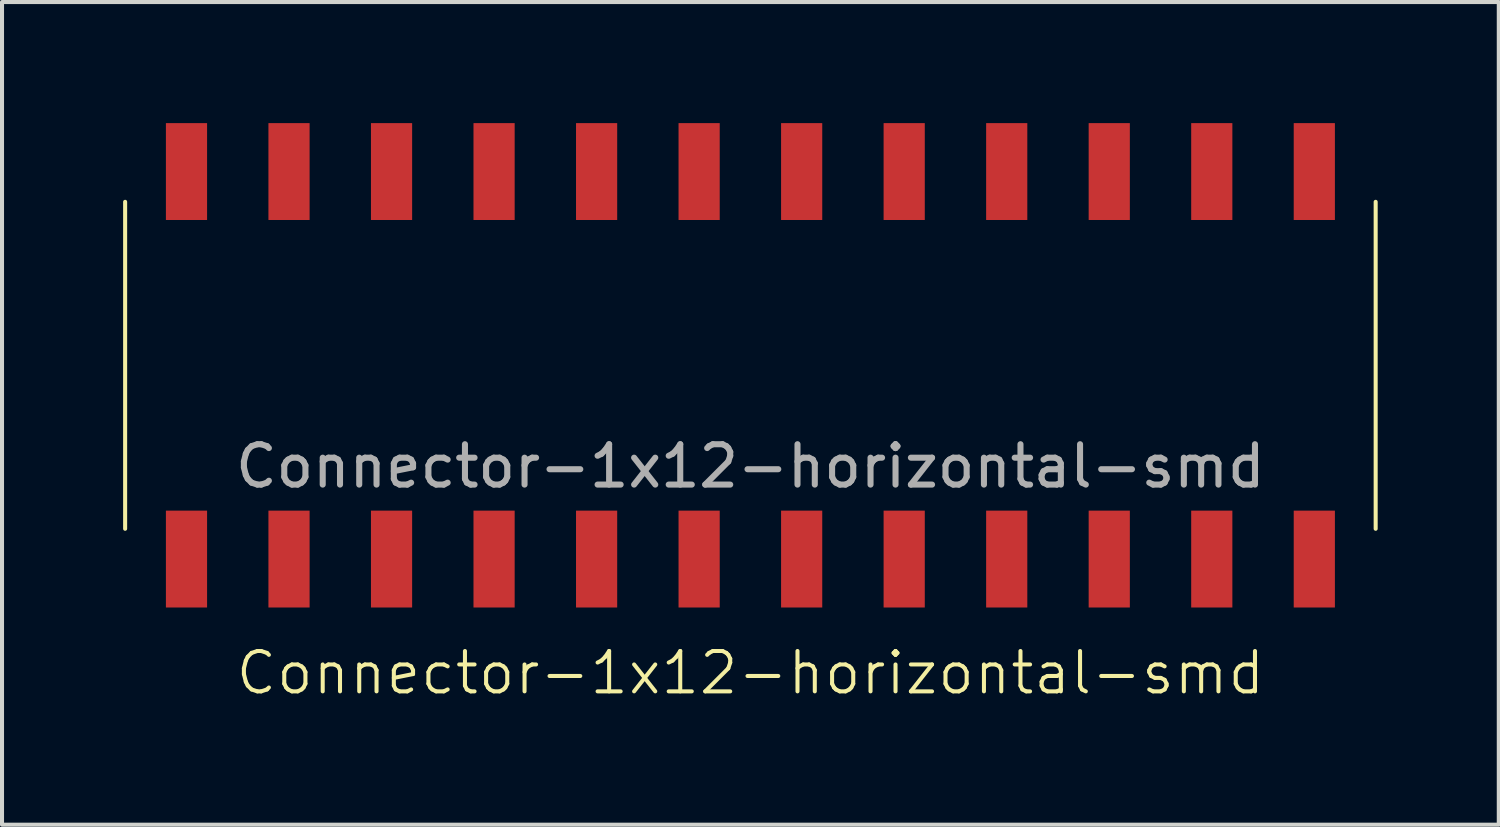
<source format=kicad_pcb>
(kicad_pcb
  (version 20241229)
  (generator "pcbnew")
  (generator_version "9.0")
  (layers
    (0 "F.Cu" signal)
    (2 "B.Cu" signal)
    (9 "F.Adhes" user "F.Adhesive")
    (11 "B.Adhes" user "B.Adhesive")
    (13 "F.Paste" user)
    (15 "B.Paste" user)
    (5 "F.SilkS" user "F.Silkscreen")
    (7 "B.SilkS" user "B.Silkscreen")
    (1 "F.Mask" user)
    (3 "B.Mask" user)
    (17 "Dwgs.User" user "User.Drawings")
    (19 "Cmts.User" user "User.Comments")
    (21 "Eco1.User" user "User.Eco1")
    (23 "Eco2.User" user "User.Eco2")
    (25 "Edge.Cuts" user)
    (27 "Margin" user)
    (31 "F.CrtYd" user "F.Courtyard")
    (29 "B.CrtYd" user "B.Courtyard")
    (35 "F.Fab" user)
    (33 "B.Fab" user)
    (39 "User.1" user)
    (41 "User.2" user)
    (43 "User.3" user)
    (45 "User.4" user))
  (footprint "Connector-1x12-horizontal-smd"
    (layer "F.Cu")
    (at 15.54 6)
    (property "Reference" "Connector-1x12-horizontal-smd" (at 0 7.62 0) (unlocked yes) (layer "F.SilkS") (effects (font (size 1 1) (thickness 0.1))))
    (attr smd)
    (fp_line (start -15.49 -4.05) (end -15.49 4.05) (stroke (width 0.1) (type default)) (layer "F.SilkS"))
    (fp_line (start 15.49 -4.05) (end 15.49 4.05) (stroke (width 0.1) (type default)) (layer "F.SilkS"))
    (fp_text user "${REFERENCE}" (at 0 2.5 0) (unlocked yes) (layer "F.Fab") (effects (font (size 1 1) (thickness 0.15))))
    (pad "1" smd rect (at -13.97 -4.8) (size 1.02 2.4) (layers "F.Cu" "F.Mask" "F.Paste"))
    (pad "1" smd rect (at -13.97 4.8) (size 1.02 2.4) (layers "F.Cu" "F.Mask" "F.Paste"))
    (pad "2" smd rect (at -11.43 -4.8) (size 1.02 2.4) (layers "F.Cu" "F.Mask" "F.Paste"))
    (pad "2" smd rect (at -11.43 4.8) (size 1.02 2.4) (layers "F.Cu" "F.Mask" "F.Paste"))
    (pad "3" smd rect (at -8.89 -4.8) (size 1.02 2.4) (layers "F.Cu" "F.Mask" "F.Paste"))
    (pad "3" smd rect (at -8.89 4.8) (size 1.02 2.4) (layers "F.Cu" "F.Mask" "F.Paste"))
    (pad "4" smd rect (at -6.35 -4.8) (size 1.02 2.4) (layers "F.Cu" "F.Mask" "F.Paste"))
    (pad "4" smd rect (at -6.35 4.8) (size 1.02 2.4) (layers "F.Cu" "F.Mask" "F.Paste"))
    (pad "5" smd rect (at -3.81 -4.8) (size 1.02 2.4) (layers "F.Cu" "F.Mask" "F.Paste"))
    (pad "5" smd rect (at -3.81 4.8) (size 1.02 2.4) (layers "F.Cu" "F.Mask" "F.Paste"))
    (pad "6" smd rect (at -1.27 -4.8) (size 1.02 2.4) (layers "F.Cu" "F.Mask" "F.Paste"))
    (pad "6" smd rect (at -1.27 4.8) (size 1.02 2.4) (layers "F.Cu" "F.Mask" "F.Paste"))
    (pad "7" smd rect (at 1.27 -4.8) (size 1.02 2.4) (layers "F.Cu" "F.Mask" "F.Paste"))
    (pad "7" smd rect (at 1.27 4.8) (size 1.02 2.4) (layers "F.Cu" "F.Mask" "F.Paste"))
    (pad "8" smd rect (at 3.81 -4.8) (size 1.02 2.4) (layers "F.Cu" "F.Mask" "F.Paste"))
    (pad "8" smd rect (at 3.81 4.8) (size 1.02 2.4) (layers "F.Cu" "F.Mask" "F.Paste"))
    (pad "9" smd rect (at 6.35 -4.8) (size 1.02 2.4) (layers "F.Cu" "F.Mask" "F.Paste"))
    (pad "9" smd rect (at 6.35 4.8) (size 1.02 2.4) (layers "F.Cu" "F.Mask" "F.Paste"))
    (pad "10" smd rect (at 8.89 -4.8) (size 1.02 2.4) (layers "F.Cu" "F.Mask" "F.Paste"))
    (pad "10" smd rect (at 8.89 4.8) (size 1.02 2.4) (layers "F.Cu" "F.Mask" "F.Paste"))
    (pad "11" smd rect (at 11.43 -4.8) (size 1.02 2.4) (layers "F.Cu" "F.Mask" "F.Paste"))
    (pad "11" smd rect (at 11.43 4.8) (size 1.02 2.4) (layers "F.Cu" "F.Mask" "F.Paste"))
    (pad "12" smd rect (at 13.97 -4.8) (size 1.02 2.4) (layers "F.Cu" "F.Mask" "F.Paste"))
    (pad "12" smd rect (at 13.97 4.8) (size 1.02 2.4) (layers "F.Cu" "F.Mask" "F.Paste")))
  (gr_rect
    (start -3 -3)
    (end 34.08 17.381)
    (stroke (width 0.1) (type default))
    (fill no)
    (layer "Edge.Cuts")))
</source>
